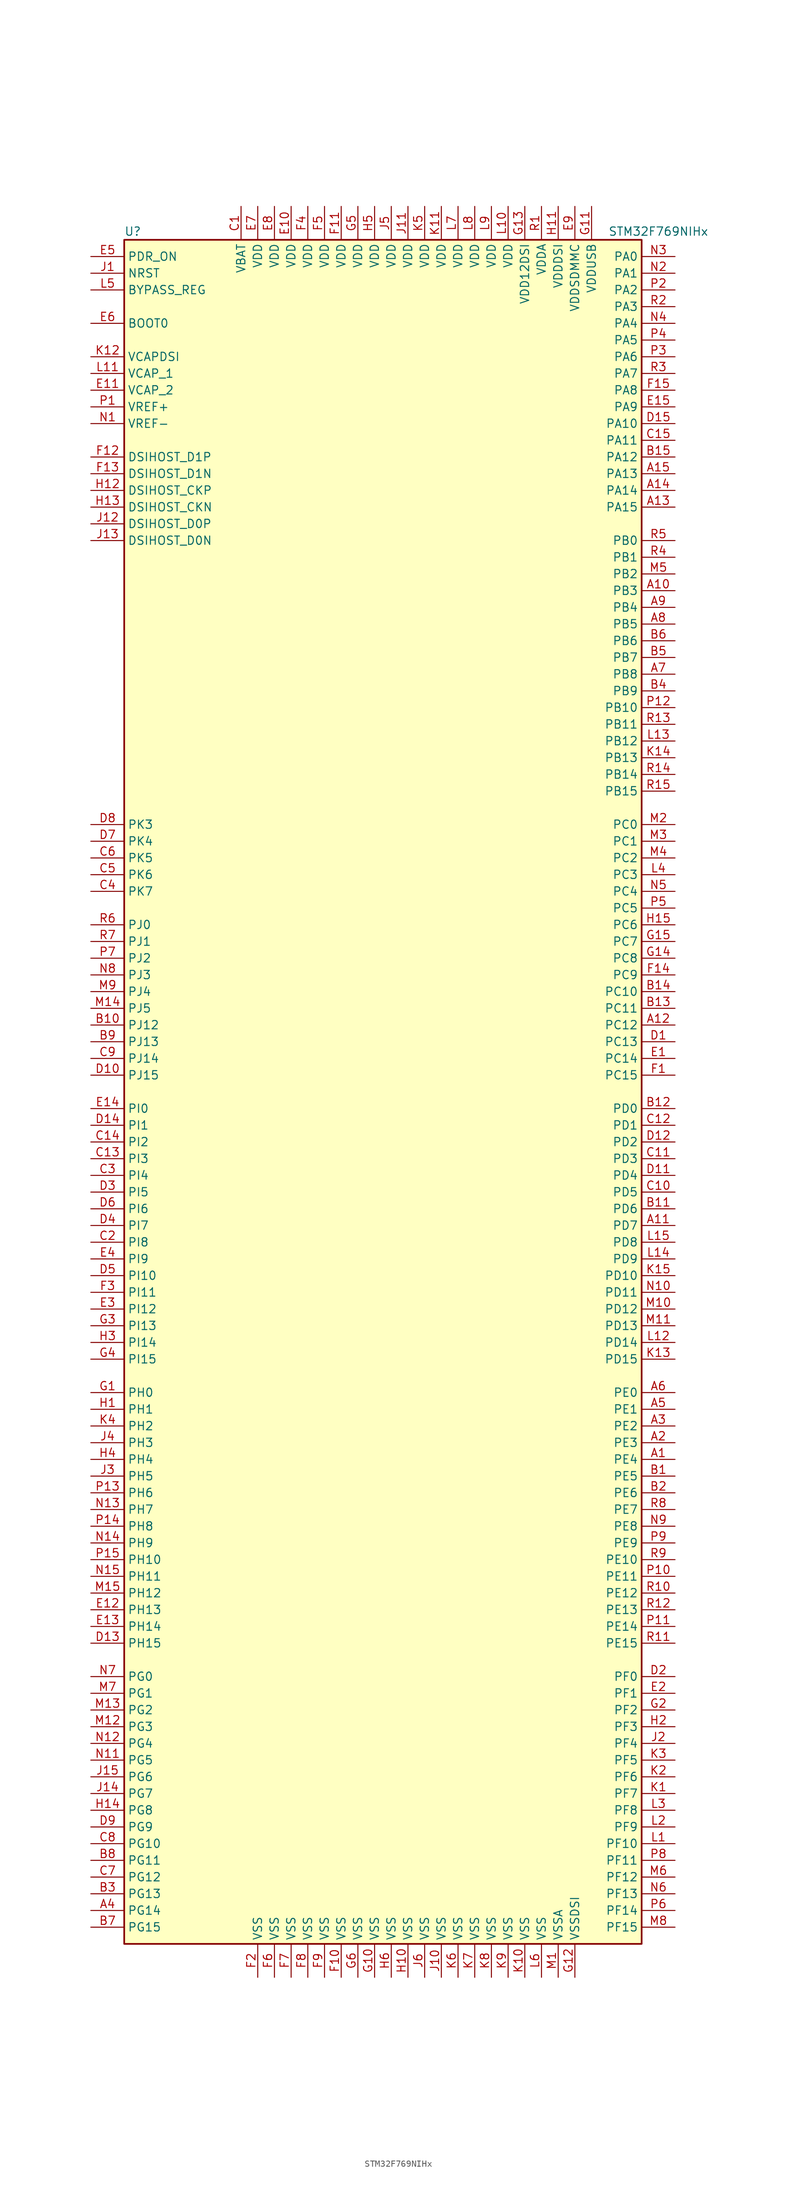
<source format=kicad_sym>
(kicad_symbol_lib
  (version 20211014)
  (generator kicad_symbol_editor)
  (symbol "STM32F769NIHx"
    (property "Reference" "U"
      (at -40.64 130.81 0)
      (effects (font (size 1.27 1.27)) (justify left)))
    (property "Value" "STM32F769NIHx"
      (at 33.02 130.81 0)
      (effects (font (size 1.27 1.27)) (justify left)))
    (symbol "STM32F769NIHx_0_1"
      (rectangle (start -40.64 -129.54) (end 38.1 129.54) (stroke (width 0.254) (type default) (color 0 0 0 0)) (fill (type background))))
    (symbol "STM32F769NIHx_1_1"
      (pin bidirectional line (at 43.18 -55.88 180) (length 5.08) (name "PE4" (effects (font (size 1.27 1.27)))) (number "A1" (effects (font (size 1.27 1.27)))))
      (pin bidirectional line (at 43.18 76.2 180) (length 5.08) (name "PB3" (effects (font (size 1.27 1.27)))) (number "A10" (effects (font (size 1.27 1.27)))))
      (pin bidirectional line (at 43.18 -20.32 180) (length 5.08) (name "PD7" (effects (font (size 1.27 1.27)))) (number "A11" (effects (font (size 1.27 1.27)))))
      (pin bidirectional line (at 43.18 10.16 180) (length 5.08) (name "PC12" (effects (font (size 1.27 1.27)))) (number "A12" (effects (font (size 1.27 1.27)))))
      (pin bidirectional line (at 43.18 88.9 180) (length 5.08) (name "PA15" (effects (font (size 1.27 1.27)))) (number "A13" (effects (font (size 1.27 1.27)))))
      (pin bidirectional line (at 43.18 91.44 180) (length 5.08) (name "PA14" (effects (font (size 1.27 1.27)))) (number "A14" (effects (font (size 1.27 1.27)))))
      (pin bidirectional line (at 43.18 93.98 180) (length 5.08) (name "PA13" (effects (font (size 1.27 1.27)))) (number "A15" (effects (font (size 1.27 1.27)))))
      (pin bidirectional line (at 43.18 -53.34 180) (length 5.08) (name "PE3" (effects (font (size 1.27 1.27)))) (number "A2" (effects (font (size 1.27 1.27)))))
      (pin bidirectional line (at 43.18 -50.8 180) (length 5.08) (name "PE2" (effects (font (size 1.27 1.27)))) (number "A3" (effects (font (size 1.27 1.27)))))
      (pin bidirectional line (at -45.72 -124.46 0) (length 5.08) (name "PG14" (effects (font (size 1.27 1.27)))) (number "A4" (effects (font (size 1.27 1.27)))))
      (pin bidirectional line (at 43.18 -48.26 180) (length 5.08) (name "PE1" (effects (font (size 1.27 1.27)))) (number "A5" (effects (font (size 1.27 1.27)))))
      (pin bidirectional line (at 43.18 -45.72 180) (length 5.08) (name "PE0" (effects (font (size 1.27 1.27)))) (number "A6" (effects (font (size 1.27 1.27)))))
      (pin bidirectional line (at 43.18 63.5 180) (length 5.08) (name "PB8" (effects (font (size 1.27 1.27)))) (number "A7" (effects (font (size 1.27 1.27)))))
      (pin bidirectional line (at 43.18 71.12 180) (length 5.08) (name "PB5" (effects (font (size 1.27 1.27)))) (number "A8" (effects (font (size 1.27 1.27)))))
      (pin bidirectional line (at 43.18 73.66 180) (length 5.08) (name "PB4" (effects (font (size 1.27 1.27)))) (number "A9" (effects (font (size 1.27 1.27)))))
      (pin bidirectional line (at 43.18 -58.42 180) (length 5.08) (name "PE5" (effects (font (size 1.27 1.27)))) (number "B1" (effects (font (size 1.27 1.27)))))
      (pin bidirectional line (at -45.72 10.16 0) (length 5.08) (name "PJ12" (effects (font (size 1.27 1.27)))) (number "B10" (effects (font (size 1.27 1.27)))))
      (pin bidirectional line (at 43.18 -17.78 180) (length 5.08) (name "PD6" (effects (font (size 1.27 1.27)))) (number "B11" (effects (font (size 1.27 1.27)))))
      (pin bidirectional line (at 43.18 -2.54 180) (length 5.08) (name "PD0" (effects (font (size 1.27 1.27)))) (number "B12" (effects (font (size 1.27 1.27)))))
      (pin bidirectional line (at 43.18 12.7 180) (length 5.08) (name "PC11" (effects (font (size 1.27 1.27)))) (number "B13" (effects (font (size 1.27 1.27)))))
      (pin bidirectional line (at 43.18 15.24 180) (length 5.08) (name "PC10" (effects (font (size 1.27 1.27)))) (number "B14" (effects (font (size 1.27 1.27)))))
      (pin bidirectional line (at 43.18 96.52 180) (length 5.08) (name "PA12" (effects (font (size 1.27 1.27)))) (number "B15" (effects (font (size 1.27 1.27)))))
      (pin bidirectional line (at 43.18 -60.96 180) (length 5.08) (name "PE6" (effects (font (size 1.27 1.27)))) (number "B2" (effects (font (size 1.27 1.27)))))
      (pin bidirectional line (at -45.72 -121.92 0) (length 5.08) (name "PG13" (effects (font (size 1.27 1.27)))) (number "B3" (effects (font (size 1.27 1.27)))))
      (pin bidirectional line (at 43.18 60.96 180) (length 5.08) (name "PB9" (effects (font (size 1.27 1.27)))) (number "B4" (effects (font (size 1.27 1.27)))))
      (pin bidirectional line (at 43.18 66.04 180) (length 5.08) (name "PB7" (effects (font (size 1.27 1.27)))) (number "B5" (effects (font (size 1.27 1.27)))))
      (pin bidirectional line (at 43.18 68.58 180) (length 5.08) (name "PB6" (effects (font (size 1.27 1.27)))) (number "B6" (effects (font (size 1.27 1.27)))))
      (pin bidirectional line (at -45.72 -127 0) (length 5.08) (name "PG15" (effects (font (size 1.27 1.27)))) (number "B7" (effects (font (size 1.27 1.27)))))
      (pin bidirectional line (at -45.72 -116.84 0) (length 5.08) (name "PG11" (effects (font (size 1.27 1.27)))) (number "B8" (effects (font (size 1.27 1.27)))))
      (pin bidirectional line (at -45.72 7.62 0) (length 5.08) (name "PJ13" (effects (font (size 1.27 1.27)))) (number "B9" (effects (font (size 1.27 1.27)))))
      (pin power_in line (at -22.86 134.62 270) (length 5.08) (name "VBAT" (effects (font (size 1.27 1.27)))) (number "C1" (effects (font (size 1.27 1.27)))))
      (pin bidirectional line (at 43.18 -15.24 180) (length 5.08) (name "PD5" (effects (font (size 1.27 1.27)))) (number "C10" (effects (font (size 1.27 1.27)))))
      (pin bidirectional line (at 43.18 -10.16 180) (length 5.08) (name "PD3" (effects (font (size 1.27 1.27)))) (number "C11" (effects (font (size 1.27 1.27)))))
      (pin bidirectional line (at 43.18 -5.08 180) (length 5.08) (name "PD1" (effects (font (size 1.27 1.27)))) (number "C12" (effects (font (size 1.27 1.27)))))
      (pin bidirectional line (at -45.72 -10.16 0) (length 5.08) (name "PI3" (effects (font (size 1.27 1.27)))) (number "C13" (effects (font (size 1.27 1.27)))))
      (pin bidirectional line (at -45.72 -7.62 0) (length 5.08) (name "PI2" (effects (font (size 1.27 1.27)))) (number "C14" (effects (font (size 1.27 1.27)))))
      (pin bidirectional line (at 43.18 99.06 180) (length 5.08) (name "PA11" (effects (font (size 1.27 1.27)))) (number "C15" (effects (font (size 1.27 1.27)))))
      (pin bidirectional line (at -45.72 -22.86 0) (length 5.08) (name "PI8" (effects (font (size 1.27 1.27)))) (number "C2" (effects (font (size 1.27 1.27)))))
      (pin bidirectional line (at -45.72 -12.7 0) (length 5.08) (name "PI4" (effects (font (size 1.27 1.27)))) (number "C3" (effects (font (size 1.27 1.27)))))
      (pin bidirectional line (at -45.72 30.48 0) (length 5.08) (name "PK7" (effects (font (size 1.27 1.27)))) (number "C4" (effects (font (size 1.27 1.27)))))
      (pin bidirectional line (at -45.72 33.02 0) (length 5.08) (name "PK6" (effects (font (size 1.27 1.27)))) (number "C5" (effects (font (size 1.27 1.27)))))
      (pin bidirectional line (at -45.72 35.56 0) (length 5.08) (name "PK5" (effects (font (size 1.27 1.27)))) (number "C6" (effects (font (size 1.27 1.27)))))
      (pin bidirectional line (at -45.72 -119.38 0) (length 5.08) (name "PG12" (effects (font (size 1.27 1.27)))) (number "C7" (effects (font (size 1.27 1.27)))))
      (pin bidirectional line (at -45.72 -114.3 0) (length 5.08) (name "PG10" (effects (font (size 1.27 1.27)))) (number "C8" (effects (font (size 1.27 1.27)))))
      (pin bidirectional line (at -45.72 5.08 0) (length 5.08) (name "PJ14" (effects (font (size 1.27 1.27)))) (number "C9" (effects (font (size 1.27 1.27)))))
      (pin bidirectional line (at 43.18 7.62 180) (length 5.08) (name "PC13" (effects (font (size 1.27 1.27)))) (number "D1" (effects (font (size 1.27 1.27)))))
      (pin bidirectional line (at -45.72 2.54 0) (length 5.08) (name "PJ15" (effects (font (size 1.27 1.27)))) (number "D10" (effects (font (size 1.27 1.27)))))
      (pin bidirectional line (at 43.18 -12.7 180) (length 5.08) (name "PD4" (effects (font (size 1.27 1.27)))) (number "D11" (effects (font (size 1.27 1.27)))))
      (pin bidirectional line (at 43.18 -7.62 180) (length 5.08) (name "PD2" (effects (font (size 1.27 1.27)))) (number "D12" (effects (font (size 1.27 1.27)))))
      (pin bidirectional line (at -45.72 -83.82 0) (length 5.08) (name "PH15" (effects (font (size 1.27 1.27)))) (number "D13" (effects (font (size 1.27 1.27)))))
      (pin bidirectional line (at -45.72 -5.08 0) (length 5.08) (name "PI1" (effects (font (size 1.27 1.27)))) (number "D14" (effects (font (size 1.27 1.27)))))
      (pin bidirectional line (at 43.18 101.6 180) (length 5.08) (name "PA10" (effects (font (size 1.27 1.27)))) (number "D15" (effects (font (size 1.27 1.27)))))
      (pin bidirectional line (at 43.18 -88.9 180) (length 5.08) (name "PF0" (effects (font (size 1.27 1.27)))) (number "D2" (effects (font (size 1.27 1.27)))))
      (pin bidirectional line (at -45.72 -15.24 0) (length 5.08) (name "PI5" (effects (font (size 1.27 1.27)))) (number "D3" (effects (font (size 1.27 1.27)))))
      (pin bidirectional line (at -45.72 -20.32 0) (length 5.08) (name "PI7" (effects (font (size 1.27 1.27)))) (number "D4" (effects (font (size 1.27 1.27)))))
      (pin bidirectional line (at -45.72 -27.94 0) (length 5.08) (name "PI10" (effects (font (size 1.27 1.27)))) (number "D5" (effects (font (size 1.27 1.27)))))
      (pin bidirectional line (at -45.72 -17.78 0) (length 5.08) (name "PI6" (effects (font (size 1.27 1.27)))) (number "D6" (effects (font (size 1.27 1.27)))))
      (pin bidirectional line (at -45.72 38.1 0) (length 5.08) (name "PK4" (effects (font (size 1.27 1.27)))) (number "D7" (effects (font (size 1.27 1.27)))))
      (pin bidirectional line (at -45.72 40.64 0) (length 5.08) (name "PK3" (effects (font (size 1.27 1.27)))) (number "D8" (effects (font (size 1.27 1.27)))))
      (pin bidirectional line (at -45.72 -111.76 0) (length 5.08) (name "PG9" (effects (font (size 1.27 1.27)))) (number "D9" (effects (font (size 1.27 1.27)))))
      (pin bidirectional line (at 43.18 5.08 180) (length 5.08) (name "PC14" (effects (font (size 1.27 1.27)))) (number "E1" (effects (font (size 1.27 1.27)))))
      (pin power_in line (at -15.24 134.62 270) (length 5.08) (name "VDD" (effects (font (size 1.27 1.27)))) (number "E10" (effects (font (size 1.27 1.27)))))
      (pin power_in line (at -45.72 106.68 0) (length 5.08) (name "VCAP_2" (effects (font (size 1.27 1.27)))) (number "E11" (effects (font (size 1.27 1.27)))))
      (pin bidirectional line (at -45.72 -78.74 0) (length 5.08) (name "PH13" (effects (font (size 1.27 1.27)))) (number "E12" (effects (font (size 1.27 1.27)))))
      (pin bidirectional line (at -45.72 -81.28 0) (length 5.08) (name "PH14" (effects (font (size 1.27 1.27)))) (number "E13" (effects (font (size 1.27 1.27)))))
      (pin bidirectional line (at -45.72 -2.54 0) (length 5.08) (name "PI0" (effects (font (size 1.27 1.27)))) (number "E14" (effects (font (size 1.27 1.27)))))
      (pin bidirectional line (at 43.18 104.14 180) (length 5.08) (name "PA9" (effects (font (size 1.27 1.27)))) (number "E15" (effects (font (size 1.27 1.27)))))
      (pin bidirectional line (at 43.18 -91.44 180) (length 5.08) (name "PF1" (effects (font (size 1.27 1.27)))) (number "E2" (effects (font (size 1.27 1.27)))))
      (pin bidirectional line (at -45.72 -33.02 0) (length 5.08) (name "PI12" (effects (font (size 1.27 1.27)))) (number "E3" (effects (font (size 1.27 1.27)))))
      (pin bidirectional line (at -45.72 -25.4 0) (length 5.08) (name "PI9" (effects (font (size 1.27 1.27)))) (number "E4" (effects (font (size 1.27 1.27)))))
      (pin input line (at -45.72 127 0) (length 5.08) (name "PDR_ON" (effects (font (size 1.27 1.27)))) (number "E5" (effects (font (size 1.27 1.27)))))
      (pin input line (at -45.72 116.84 0) (length 5.08) (name "BOOT0" (effects (font (size 1.27 1.27)))) (number "E6" (effects (font (size 1.27 1.27)))))
      (pin power_in line (at -20.32 134.62 270) (length 5.08) (name "VDD" (effects (font (size 1.27 1.27)))) (number "E7" (effects (font (size 1.27 1.27)))))
      (pin power_in line (at -17.78 134.62 270) (length 5.08) (name "VDD" (effects (font (size 1.27 1.27)))) (number "E8" (effects (font (size 1.27 1.27)))))
      (pin power_in line (at 27.94 134.62 270) (length 5.08) (name "VDDSDMMC" (effects (font (size 1.27 1.27)))) (number "E9" (effects (font (size 1.27 1.27)))))
      (pin bidirectional line (at 43.18 2.54 180) (length 5.08) (name "PC15" (effects (font (size 1.27 1.27)))) (number "F1" (effects (font (size 1.27 1.27)))))
      (pin power_in line (at -7.62 -134.62 90) (length 5.08) (name "VSS" (effects (font (size 1.27 1.27)))) (number "F10" (effects (font (size 1.27 1.27)))))
      (pin power_in line (at -7.62 134.62 270) (length 5.08) (name "VDD" (effects (font (size 1.27 1.27)))) (number "F11" (effects (font (size 1.27 1.27)))))
      (pin bidirectional line (at -45.72 96.52 0) (length 5.08) (name "DSIHOST_D1P" (effects (font (size 1.27 1.27)))) (number "F12" (effects (font (size 1.27 1.27)))))
      (pin bidirectional line (at -45.72 93.98 0) (length 5.08) (name "DSIHOST_D1N" (effects (font (size 1.27 1.27)))) (number "F13" (effects (font (size 1.27 1.27)))))
      (pin bidirectional line (at 43.18 17.78 180) (length 5.08) (name "PC9" (effects (font (size 1.27 1.27)))) (number "F14" (effects (font (size 1.27 1.27)))))
      (pin bidirectional line (at 43.18 106.68 180) (length 5.08) (name "PA8" (effects (font (size 1.27 1.27)))) (number "F15" (effects (font (size 1.27 1.27)))))
      (pin power_in line (at -20.32 -134.62 90) (length 5.08) (name "VSS" (effects (font (size 1.27 1.27)))) (number "F2" (effects (font (size 1.27 1.27)))))
      (pin bidirectional line (at -45.72 -30.48 0) (length 5.08) (name "PI11" (effects (font (size 1.27 1.27)))) (number "F3" (effects (font (size 1.27 1.27)))))
      (pin power_in line (at -12.7 134.62 270) (length 5.08) (name "VDD" (effects (font (size 1.27 1.27)))) (number "F4" (effects (font (size 1.27 1.27)))))
      (pin power_in line (at -10.16 134.62 270) (length 5.08) (name "VDD" (effects (font (size 1.27 1.27)))) (number "F5" (effects (font (size 1.27 1.27)))))
      (pin power_in line (at -17.78 -134.62 90) (length 5.08) (name "VSS" (effects (font (size 1.27 1.27)))) (number "F6" (effects (font (size 1.27 1.27)))))
      (pin power_in line (at -15.24 -134.62 90) (length 5.08) (name "VSS" (effects (font (size 1.27 1.27)))) (number "F7" (effects (font (size 1.27 1.27)))))
      (pin power_in line (at -12.7 -134.62 90) (length 5.08) (name "VSS" (effects (font (size 1.27 1.27)))) (number "F8" (effects (font (size 1.27 1.27)))))
      (pin power_in line (at -10.16 -134.62 90) (length 5.08) (name "VSS" (effects (font (size 1.27 1.27)))) (number "F9" (effects (font (size 1.27 1.27)))))
      (pin input line (at -45.72 -45.72 0) (length 5.08) (name "PH0" (effects (font (size 1.27 1.27)))) (number "G1" (effects (font (size 1.27 1.27)))))
      (pin power_in line (at -2.54 -134.62 90) (length 5.08) (name "VSS" (effects (font (size 1.27 1.27)))) (number "G10" (effects (font (size 1.27 1.27)))))
      (pin power_in line (at 30.48 134.62 270) (length 5.08) (name "VDDUSB" (effects (font (size 1.27 1.27)))) (number "G11" (effects (font (size 1.27 1.27)))))
      (pin power_in line (at 27.94 -134.62 90) (length 5.08) (name "VSSDSI" (effects (font (size 1.27 1.27)))) (number "G12" (effects (font (size 1.27 1.27)))))
      (pin power_in line (at 20.32 134.62 270) (length 5.08) (name "VDD12DSI" (effects (font (size 1.27 1.27)))) (number "G13" (effects (font (size 1.27 1.27)))))
      (pin bidirectional line (at 43.18 20.32 180) (length 5.08) (name "PC8" (effects (font (size 1.27 1.27)))) (number "G14" (effects (font (size 1.27 1.27)))))
      (pin bidirectional line (at 43.18 22.86 180) (length 5.08) (name "PC7" (effects (font (size 1.27 1.27)))) (number "G15" (effects (font (size 1.27 1.27)))))
      (pin bidirectional line (at 43.18 -93.98 180) (length 5.08) (name "PF2" (effects (font (size 1.27 1.27)))) (number "G2" (effects (font (size 1.27 1.27)))))
      (pin bidirectional line (at -45.72 -35.56 0) (length 5.08) (name "PI13" (effects (font (size 1.27 1.27)))) (number "G3" (effects (font (size 1.27 1.27)))))
      (pin bidirectional line (at -45.72 -40.64 0) (length 5.08) (name "PI15" (effects (font (size 1.27 1.27)))) (number "G4" (effects (font (size 1.27 1.27)))))
      (pin power_in line (at -5.08 134.62 270) (length 5.08) (name "VDD" (effects (font (size 1.27 1.27)))) (number "G5" (effects (font (size 1.27 1.27)))))
      (pin power_in line (at -5.08 -134.62 90) (length 5.08) (name "VSS" (effects (font (size 1.27 1.27)))) (number "G6" (effects (font (size 1.27 1.27)))))
      (pin input line (at -45.72 -48.26 0) (length 5.08) (name "PH1" (effects (font (size 1.27 1.27)))) (number "H1" (effects (font (size 1.27 1.27)))))
      (pin power_in line (at 2.54 -134.62 90) (length 5.08) (name "VSS" (effects (font (size 1.27 1.27)))) (number "H10" (effects (font (size 1.27 1.27)))))
      (pin power_in line (at 25.4 134.62 270) (length 5.08) (name "VDDDSI" (effects (font (size 1.27 1.27)))) (number "H11" (effects (font (size 1.27 1.27)))))
      (pin bidirectional line (at -45.72 91.44 0) (length 5.08) (name "DSIHOST_CKP" (effects (font (size 1.27 1.27)))) (number "H12" (effects (font (size 1.27 1.27)))))
      (pin bidirectional line (at -45.72 88.9 0) (length 5.08) (name "DSIHOST_CKN" (effects (font (size 1.27 1.27)))) (number "H13" (effects (font (size 1.27 1.27)))))
      (pin bidirectional line (at -45.72 -109.22 0) (length 5.08) (name "PG8" (effects (font (size 1.27 1.27)))) (number "H14" (effects (font (size 1.27 1.27)))))
      (pin bidirectional line (at 43.18 25.4 180) (length 5.08) (name "PC6" (effects (font (size 1.27 1.27)))) (number "H15" (effects (font (size 1.27 1.27)))))
      (pin bidirectional line (at 43.18 -96.52 180) (length 5.08) (name "PF3" (effects (font (size 1.27 1.27)))) (number "H2" (effects (font (size 1.27 1.27)))))
      (pin bidirectional line (at -45.72 -38.1 0) (length 5.08) (name "PI14" (effects (font (size 1.27 1.27)))) (number "H3" (effects (font (size 1.27 1.27)))))
      (pin bidirectional line (at -45.72 -55.88 0) (length 5.08) (name "PH4" (effects (font (size 1.27 1.27)))) (number "H4" (effects (font (size 1.27 1.27)))))
      (pin power_in line (at -2.54 134.62 270) (length 5.08) (name "VDD" (effects (font (size 1.27 1.27)))) (number "H5" (effects (font (size 1.27 1.27)))))
      (pin power_in line (at 0 -134.62 90) (length 5.08) (name "VSS" (effects (font (size 1.27 1.27)))) (number "H6" (effects (font (size 1.27 1.27)))))
      (pin input line (at -45.72 124.46 0) (length 5.08) (name "NRST" (effects (font (size 1.27 1.27)))) (number "J1" (effects (font (size 1.27 1.27)))))
      (pin power_in line (at 7.62 -134.62 90) (length 5.08) (name "VSS" (effects (font (size 1.27 1.27)))) (number "J10" (effects (font (size 1.27 1.27)))))
      (pin power_in line (at 2.54 134.62 270) (length 5.08) (name "VDD" (effects (font (size 1.27 1.27)))) (number "J11" (effects (font (size 1.27 1.27)))))
      (pin bidirectional line (at -45.72 86.36 0) (length 5.08) (name "DSIHOST_D0P" (effects (font (size 1.27 1.27)))) (number "J12" (effects (font (size 1.27 1.27)))))
      (pin bidirectional line (at -45.72 83.82 0) (length 5.08) (name "DSIHOST_D0N" (effects (font (size 1.27 1.27)))) (number "J13" (effects (font (size 1.27 1.27)))))
      (pin bidirectional line (at -45.72 -106.68 0) (length 5.08) (name "PG7" (effects (font (size 1.27 1.27)))) (number "J14" (effects (font (size 1.27 1.27)))))
      (pin bidirectional line (at -45.72 -104.14 0) (length 5.08) (name "PG6" (effects (font (size 1.27 1.27)))) (number "J15" (effects (font (size 1.27 1.27)))))
      (pin bidirectional line (at 43.18 -99.06 180) (length 5.08) (name "PF4" (effects (font (size 1.27 1.27)))) (number "J2" (effects (font (size 1.27 1.27)))))
      (pin bidirectional line (at -45.72 -58.42 0) (length 5.08) (name "PH5" (effects (font (size 1.27 1.27)))) (number "J3" (effects (font (size 1.27 1.27)))))
      (pin bidirectional line (at -45.72 -53.34 0) (length 5.08) (name "PH3" (effects (font (size 1.27 1.27)))) (number "J4" (effects (font (size 1.27 1.27)))))
      (pin power_in line (at 0 134.62 270) (length 5.08) (name "VDD" (effects (font (size 1.27 1.27)))) (number "J5" (effects (font (size 1.27 1.27)))))
      (pin power_in line (at 5.08 -134.62 90) (length 5.08) (name "VSS" (effects (font (size 1.27 1.27)))) (number "J6" (effects (font (size 1.27 1.27)))))
      (pin bidirectional line (at 43.18 -106.68 180) (length 5.08) (name "PF7" (effects (font (size 1.27 1.27)))) (number "K1" (effects (font (size 1.27 1.27)))))
      (pin power_in line (at 20.32 -134.62 90) (length 5.08) (name "VSS" (effects (font (size 1.27 1.27)))) (number "K10" (effects (font (size 1.27 1.27)))))
      (pin power_in line (at 7.62 134.62 270) (length 5.08) (name "VDD" (effects (font (size 1.27 1.27)))) (number "K11" (effects (font (size 1.27 1.27)))))
      (pin power_in line (at -45.72 111.76 0) (length 5.08) (name "VCAPDSI" (effects (font (size 1.27 1.27)))) (number "K12" (effects (font (size 1.27 1.27)))))
      (pin bidirectional line (at 43.18 -40.64 180) (length 5.08) (name "PD15" (effects (font (size 1.27 1.27)))) (number "K13" (effects (font (size 1.27 1.27)))))
      (pin bidirectional line (at 43.18 50.8 180) (length 5.08) (name "PB13" (effects (font (size 1.27 1.27)))) (number "K14" (effects (font (size 1.27 1.27)))))
      (pin bidirectional line (at 43.18 -27.94 180) (length 5.08) (name "PD10" (effects (font (size 1.27 1.27)))) (number "K15" (effects (font (size 1.27 1.27)))))
      (pin bidirectional line (at 43.18 -104.14 180) (length 5.08) (name "PF6" (effects (font (size 1.27 1.27)))) (number "K2" (effects (font (size 1.27 1.27)))))
      (pin bidirectional line (at 43.18 -101.6 180) (length 5.08) (name "PF5" (effects (font (size 1.27 1.27)))) (number "K3" (effects (font (size 1.27 1.27)))))
      (pin bidirectional line (at -45.72 -50.8 0) (length 5.08) (name "PH2" (effects (font (size 1.27 1.27)))) (number "K4" (effects (font (size 1.27 1.27)))))
      (pin power_in line (at 5.08 134.62 270) (length 5.08) (name "VDD" (effects (font (size 1.27 1.27)))) (number "K5" (effects (font (size 1.27 1.27)))))
      (pin power_in line (at 10.16 -134.62 90) (length 5.08) (name "VSS" (effects (font (size 1.27 1.27)))) (number "K6" (effects (font (size 1.27 1.27)))))
      (pin power_in line (at 12.7 -134.62 90) (length 5.08) (name "VSS" (effects (font (size 1.27 1.27)))) (number "K7" (effects (font (size 1.27 1.27)))))
      (pin power_in line (at 15.24 -134.62 90) (length 5.08) (name "VSS" (effects (font (size 1.27 1.27)))) (number "K8" (effects (font (size 1.27 1.27)))))
      (pin power_in line (at 17.78 -134.62 90) (length 5.08) (name "VSS" (effects (font (size 1.27 1.27)))) (number "K9" (effects (font (size 1.27 1.27)))))
      (pin bidirectional line (at 43.18 -114.3 180) (length 5.08) (name "PF10" (effects (font (size 1.27 1.27)))) (number "L1" (effects (font (size 1.27 1.27)))))
      (pin power_in line (at 17.78 134.62 270) (length 5.08) (name "VDD" (effects (font (size 1.27 1.27)))) (number "L10" (effects (font (size 1.27 1.27)))))
      (pin power_in line (at -45.72 109.22 0) (length 5.08) (name "VCAP_1" (effects (font (size 1.27 1.27)))) (number "L11" (effects (font (size 1.27 1.27)))))
      (pin bidirectional line (at 43.18 -38.1 180) (length 5.08) (name "PD14" (effects (font (size 1.27 1.27)))) (number "L12" (effects (font (size 1.27 1.27)))))
      (pin bidirectional line (at 43.18 53.34 180) (length 5.08) (name "PB12" (effects (font (size 1.27 1.27)))) (number "L13" (effects (font (size 1.27 1.27)))))
      (pin bidirectional line (at 43.18 -25.4 180) (length 5.08) (name "PD9" (effects (font (size 1.27 1.27)))) (number "L14" (effects (font (size 1.27 1.27)))))
      (pin bidirectional line (at 43.18 -22.86 180) (length 5.08) (name "PD8" (effects (font (size 1.27 1.27)))) (number "L15" (effects (font (size 1.27 1.27)))))
      (pin bidirectional line (at 43.18 -111.76 180) (length 5.08) (name "PF9" (effects (font (size 1.27 1.27)))) (number "L2" (effects (font (size 1.27 1.27)))))
      (pin bidirectional line (at 43.18 -109.22 180) (length 5.08) (name "PF8" (effects (font (size 1.27 1.27)))) (number "L3" (effects (font (size 1.27 1.27)))))
      (pin bidirectional line (at 43.18 33.02 180) (length 5.08) (name "PC3" (effects (font (size 1.27 1.27)))) (number "L4" (effects (font (size 1.27 1.27)))))
      (pin input line (at -45.72 121.92 0) (length 5.08) (name "BYPASS_REG" (effects (font (size 1.27 1.27)))) (number "L5" (effects (font (size 1.27 1.27)))))
      (pin power_in line (at 22.86 -134.62 90) (length 5.08) (name "VSS" (effects (font (size 1.27 1.27)))) (number "L6" (effects (font (size 1.27 1.27)))))
      (pin power_in line (at 10.16 134.62 270) (length 5.08) (name "VDD" (effects (font (size 1.27 1.27)))) (number "L7" (effects (font (size 1.27 1.27)))))
      (pin power_in line (at 12.7 134.62 270) (length 5.08) (name "VDD" (effects (font (size 1.27 1.27)))) (number "L8" (effects (font (size 1.27 1.27)))))
      (pin power_in line (at 15.24 134.62 270) (length 5.08) (name "VDD" (effects (font (size 1.27 1.27)))) (number "L9" (effects (font (size 1.27 1.27)))))
      (pin power_in line (at 25.4 -134.62 90) (length 5.08) (name "VSSA" (effects (font (size 1.27 1.27)))) (number "M1" (effects (font (size 1.27 1.27)))))
      (pin bidirectional line (at 43.18 -33.02 180) (length 5.08) (name "PD12" (effects (font (size 1.27 1.27)))) (number "M10" (effects (font (size 1.27 1.27)))))
      (pin bidirectional line (at 43.18 -35.56 180) (length 5.08) (name "PD13" (effects (font (size 1.27 1.27)))) (number "M11" (effects (font (size 1.27 1.27)))))
      (pin bidirectional line (at -45.72 -96.52 0) (length 5.08) (name "PG3" (effects (font (size 1.27 1.27)))) (number "M12" (effects (font (size 1.27 1.27)))))
      (pin bidirectional line (at -45.72 -93.98 0) (length 5.08) (name "PG2" (effects (font (size 1.27 1.27)))) (number "M13" (effects (font (size 1.27 1.27)))))
      (pin bidirectional line (at -45.72 12.7 0) (length 5.08) (name "PJ5" (effects (font (size 1.27 1.27)))) (number "M14" (effects (font (size 1.27 1.27)))))
      (pin bidirectional line (at -45.72 -76.2 0) (length 5.08) (name "PH12" (effects (font (size 1.27 1.27)))) (number "M15" (effects (font (size 1.27 1.27)))))
      (pin bidirectional line (at 43.18 40.64 180) (length 5.08) (name "PC0" (effects (font (size 1.27 1.27)))) (number "M2" (effects (font (size 1.27 1.27)))))
      (pin bidirectional line (at 43.18 38.1 180) (length 5.08) (name "PC1" (effects (font (size 1.27 1.27)))) (number "M3" (effects (font (size 1.27 1.27)))))
      (pin bidirectional line (at 43.18 35.56 180) (length 5.08) (name "PC2" (effects (font (size 1.27 1.27)))) (number "M4" (effects (font (size 1.27 1.27)))))
      (pin bidirectional line (at 43.18 78.74 180) (length 5.08) (name "PB2" (effects (font (size 1.27 1.27)))) (number "M5" (effects (font (size 1.27 1.27)))))
      (pin bidirectional line (at 43.18 -119.38 180) (length 5.08) (name "PF12" (effects (font (size 1.27 1.27)))) (number "M6" (effects (font (size 1.27 1.27)))))
      (pin bidirectional line (at -45.72 -91.44 0) (length 5.08) (name "PG1" (effects (font (size 1.27 1.27)))) (number "M7" (effects (font (size 1.27 1.27)))))
      (pin bidirectional line (at 43.18 -127 180) (length 5.08) (name "PF15" (effects (font (size 1.27 1.27)))) (number "M8" (effects (font (size 1.27 1.27)))))
      (pin bidirectional line (at -45.72 15.24 0) (length 5.08) (name "PJ4" (effects (font (size 1.27 1.27)))) (number "M9" (effects (font (size 1.27 1.27)))))
      (pin power_in line (at -45.72 101.6 0) (length 5.08) (name "VREF-" (effects (font (size 1.27 1.27)))) (number "N1" (effects (font (size 1.27 1.27)))))
      (pin bidirectional line (at 43.18 -30.48 180) (length 5.08) (name "PD11" (effects (font (size 1.27 1.27)))) (number "N10" (effects (font (size 1.27 1.27)))))
      (pin bidirectional line (at -45.72 -101.6 0) (length 5.08) (name "PG5" (effects (font (size 1.27 1.27)))) (number "N11" (effects (font (size 1.27 1.27)))))
      (pin bidirectional line (at -45.72 -99.06 0) (length 5.08) (name "PG4" (effects (font (size 1.27 1.27)))) (number "N12" (effects (font (size 1.27 1.27)))))
      (pin bidirectional line (at -45.72 -63.5 0) (length 5.08) (name "PH7" (effects (font (size 1.27 1.27)))) (number "N13" (effects (font (size 1.27 1.27)))))
      (pin bidirectional line (at -45.72 -68.58 0) (length 5.08) (name "PH9" (effects (font (size 1.27 1.27)))) (number "N14" (effects (font (size 1.27 1.27)))))
      (pin bidirectional line (at -45.72 -73.66 0) (length 5.08) (name "PH11" (effects (font (size 1.27 1.27)))) (number "N15" (effects (font (size 1.27 1.27)))))
      (pin bidirectional line (at 43.18 124.46 180) (length 5.08) (name "PA1" (effects (font (size 1.27 1.27)))) (number "N2" (effects (font (size 1.27 1.27)))))
      (pin bidirectional line (at 43.18 127 180) (length 5.08) (name "PA0" (effects (font (size 1.27 1.27)))) (number "N3" (effects (font (size 1.27 1.27)))))
      (pin bidirectional line (at 43.18 116.84 180) (length 5.08) (name "PA4" (effects (font (size 1.27 1.27)))) (number "N4" (effects (font (size 1.27 1.27)))))
      (pin bidirectional line (at 43.18 30.48 180) (length 5.08) (name "PC4" (effects (font (size 1.27 1.27)))) (number "N5" (effects (font (size 1.27 1.27)))))
      (pin bidirectional line (at 43.18 -121.92 180) (length 5.08) (name "PF13" (effects (font (size 1.27 1.27)))) (number "N6" (effects (font (size 1.27 1.27)))))
      (pin bidirectional line (at -45.72 -88.9 0) (length 5.08) (name "PG0" (effects (font (size 1.27 1.27)))) (number "N7" (effects (font (size 1.27 1.27)))))
      (pin bidirectional line (at -45.72 17.78 0) (length 5.08) (name "PJ3" (effects (font (size 1.27 1.27)))) (number "N8" (effects (font (size 1.27 1.27)))))
      (pin bidirectional line (at 43.18 -66.04 180) (length 5.08) (name "PE8" (effects (font (size 1.27 1.27)))) (number "N9" (effects (font (size 1.27 1.27)))))
      (pin power_in line (at -45.72 104.14 0) (length 5.08) (name "VREF+" (effects (font (size 1.27 1.27)))) (number "P1" (effects (font (size 1.27 1.27)))))
      (pin bidirectional line (at 43.18 -73.66 180) (length 5.08) (name "PE11" (effects (font (size 1.27 1.27)))) (number "P10" (effects (font (size 1.27 1.27)))))
      (pin bidirectional line (at 43.18 -81.28 180) (length 5.08) (name "PE14" (effects (font (size 1.27 1.27)))) (number "P11" (effects (font (size 1.27 1.27)))))
      (pin bidirectional line (at 43.18 58.42 180) (length 5.08) (name "PB10" (effects (font (size 1.27 1.27)))) (number "P12" (effects (font (size 1.27 1.27)))))
      (pin bidirectional line (at -45.72 -60.96 0) (length 5.08) (name "PH6" (effects (font (size 1.27 1.27)))) (number "P13" (effects (font (size 1.27 1.27)))))
      (pin bidirectional line (at -45.72 -66.04 0) (length 5.08) (name "PH8" (effects (font (size 1.27 1.27)))) (number "P14" (effects (font (size 1.27 1.27)))))
      (pin bidirectional line (at -45.72 -71.12 0) (length 5.08) (name "PH10" (effects (font (size 1.27 1.27)))) (number "P15" (effects (font (size 1.27 1.27)))))
      (pin bidirectional line (at 43.18 121.92 180) (length 5.08) (name "PA2" (effects (font (size 1.27 1.27)))) (number "P2" (effects (font (size 1.27 1.27)))))
      (pin bidirectional line (at 43.18 111.76 180) (length 5.08) (name "PA6" (effects (font (size 1.27 1.27)))) (number "P3" (effects (font (size 1.27 1.27)))))
      (pin bidirectional line (at 43.18 114.3 180) (length 5.08) (name "PA5" (effects (font (size 1.27 1.27)))) (number "P4" (effects (font (size 1.27 1.27)))))
      (pin bidirectional line (at 43.18 27.94 180) (length 5.08) (name "PC5" (effects (font (size 1.27 1.27)))) (number "P5" (effects (font (size 1.27 1.27)))))
      (pin bidirectional line (at 43.18 -124.46 180) (length 5.08) (name "PF14" (effects (font (size 1.27 1.27)))) (number "P6" (effects (font (size 1.27 1.27)))))
      (pin bidirectional line (at -45.72 20.32 0) (length 5.08) (name "PJ2" (effects (font (size 1.27 1.27)))) (number "P7" (effects (font (size 1.27 1.27)))))
      (pin bidirectional line (at 43.18 -116.84 180) (length 5.08) (name "PF11" (effects (font (size 1.27 1.27)))) (number "P8" (effects (font (size 1.27 1.27)))))
      (pin bidirectional line (at 43.18 -68.58 180) (length 5.08) (name "PE9" (effects (font (size 1.27 1.27)))) (number "P9" (effects (font (size 1.27 1.27)))))
      (pin power_in line (at 22.86 134.62 270) (length 5.08) (name "VDDA" (effects (font (size 1.27 1.27)))) (number "R1" (effects (font (size 1.27 1.27)))))
      (pin bidirectional line (at 43.18 -76.2 180) (length 5.08) (name "PE12" (effects (font (size 1.27 1.27)))) (number "R10" (effects (font (size 1.27 1.27)))))
      (pin bidirectional line (at 43.18 -83.82 180) (length 5.08) (name "PE15" (effects (font (size 1.27 1.27)))) (number "R11" (effects (font (size 1.27 1.27)))))
      (pin bidirectional line (at 43.18 -78.74 180) (length 5.08) (name "PE13" (effects (font (size 1.27 1.27)))) (number "R12" (effects (font (size 1.27 1.27)))))
      (pin bidirectional line (at 43.18 55.88 180) (length 5.08) (name "PB11" (effects (font (size 1.27 1.27)))) (number "R13" (effects (font (size 1.27 1.27)))))
      (pin bidirectional line (at 43.18 48.26 180) (length 5.08) (name "PB14" (effects (font (size 1.27 1.27)))) (number "R14" (effects (font (size 1.27 1.27)))))
      (pin bidirectional line (at 43.18 45.72 180) (length 5.08) (name "PB15" (effects (font (size 1.27 1.27)))) (number "R15" (effects (font (size 1.27 1.27)))))
      (pin bidirectional line (at 43.18 119.38 180) (length 5.08) (name "PA3" (effects (font (size 1.27 1.27)))) (number "R2" (effects (font (size 1.27 1.27)))))
      (pin bidirectional line (at 43.18 109.22 180) (length 5.08) (name "PA7" (effects (font (size 1.27 1.27)))) (number "R3" (effects (font (size 1.27 1.27)))))
      (pin bidirectional line (at 43.18 81.28 180) (length 5.08) (name "PB1" (effects (font (size 1.27 1.27)))) (number "R4" (effects (font (size 1.27 1.27)))))
      (pin bidirectional line (at 43.18 83.82 180) (length 5.08) (name "PB0" (effects (font (size 1.27 1.27)))) (number "R5" (effects (font (size 1.27 1.27)))))
      (pin bidirectional line (at -45.72 25.4 0) (length 5.08) (name "PJ0" (effects (font (size 1.27 1.27)))) (number "R6" (effects (font (size 1.27 1.27)))))
      (pin bidirectional line (at -45.72 22.86 0) (length 5.08) (name "PJ1" (effects (font (size 1.27 1.27)))) (number "R7" (effects (font (size 1.27 1.27)))))
      (pin bidirectional line (at 43.18 -63.5 180) (length 5.08) (name "PE7" (effects (font (size 1.27 1.27)))) (number "R8" (effects (font (size 1.27 1.27)))))
      (pin bidirectional line (at 43.18 -71.12 180) (length 5.08) (name "PE10" (effects (font (size 1.27 1.27)))) (number "R9" (effects (font (size 1.27 1.27))))))))
</source>
